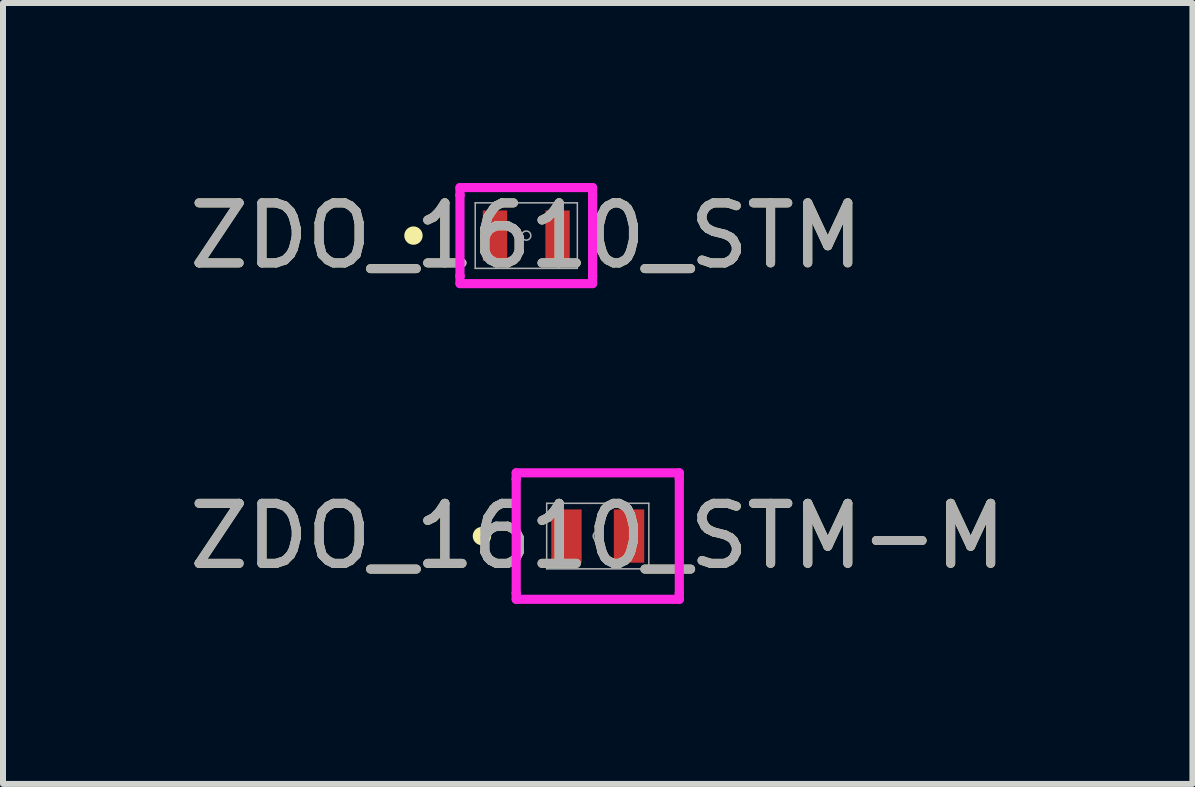
<source format=kicad_pcb>
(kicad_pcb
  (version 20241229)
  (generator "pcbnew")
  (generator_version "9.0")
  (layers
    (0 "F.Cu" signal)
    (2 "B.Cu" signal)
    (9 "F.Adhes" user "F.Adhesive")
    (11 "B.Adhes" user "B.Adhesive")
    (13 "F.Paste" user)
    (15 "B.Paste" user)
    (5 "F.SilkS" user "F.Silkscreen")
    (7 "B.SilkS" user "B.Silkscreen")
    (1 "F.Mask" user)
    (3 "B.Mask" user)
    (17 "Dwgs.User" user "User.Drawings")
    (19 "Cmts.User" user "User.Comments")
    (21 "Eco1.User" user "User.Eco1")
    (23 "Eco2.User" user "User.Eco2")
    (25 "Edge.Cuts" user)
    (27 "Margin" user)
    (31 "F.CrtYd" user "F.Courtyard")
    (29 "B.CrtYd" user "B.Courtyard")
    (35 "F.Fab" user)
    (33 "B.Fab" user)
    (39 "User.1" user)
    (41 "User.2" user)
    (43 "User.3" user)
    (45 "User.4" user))
  (footprint "ZDO_1610_STM"
    (layer "F.Cu")
    (at 5.72 0.876)
    (property "Reference" "ZDO_1610_STM" (at 0 0 0) (unlocked yes) (layer "F.SilkS") (effects (font (size 1 1) (thickness 0.15))))
    (attr smd)
    (fp_circle (center -1.88 0) (end -1.803 0) (stroke (width 0.152) (type solid)) (fill no) (layer "F.SilkS"))
    (fp_line (start -1.105 -0.8) (end 1.105 -0.8) (stroke (width 0.152) (type solid)) (layer "F.CrtYd"))
    (fp_line (start -1.105 -0.673) (end -1.105 -0.8) (stroke (width 0.152) (type solid)) (layer "F.CrtYd"))
    (fp_line (start -1.105 -0.673) (end -1.105 -0.673) (stroke (width 0.152) (type solid)) (layer "F.CrtYd"))
    (fp_line (start -1.105 0.673) (end -1.105 -0.673) (stroke (width 0.152) (type solid)) (layer "F.CrtYd"))
    (fp_line (start -1.105 0.673) (end -1.105 0.673) (stroke (width 0.152) (type solid)) (layer "F.CrtYd"))
    (fp_line (start -1.105 0.8) (end -1.105 0.673) (stroke (width 0.152) (type solid)) (layer "F.CrtYd"))
    (fp_line (start 1.105 -0.8) (end 1.105 -0.673) (stroke (width 0.152) (type solid)) (layer "F.CrtYd"))
    (fp_line (start 1.105 -0.673) (end 1.105 -0.673) (stroke (width 0.152) (type solid)) (layer "F.CrtYd"))
    (fp_line (start 1.105 -0.673) (end 1.105 0.673) (stroke (width 0.152) (type solid)) (layer "F.CrtYd"))
    (fp_line (start 1.105 0.673) (end 1.105 0.673) (stroke (width 0.152) (type solid)) (layer "F.CrtYd"))
    (fp_line (start 1.105 0.673) (end 1.105 0.8) (stroke (width 0.152) (type solid)) (layer "F.CrtYd"))
    (fp_line (start 1.105 0.8) (end -1.105 0.8) (stroke (width 0.152) (type solid)) (layer "F.CrtYd"))
    (fp_line (start -0.851 -0.546) (end -0.851 0.546) (stroke (width 0.025) (type solid)) (layer "F.Fab"))
    (fp_line (start -0.851 0.546) (end 0.851 0.546) (stroke (width 0.025) (type solid)) (layer "F.Fab"))
    (fp_line (start 0.851 -0.546) (end -0.851 -0.546) (stroke (width 0.025) (type solid)) (layer "F.Fab"))
    (fp_line (start 0.851 0.546) (end 0.851 -0.546) (stroke (width 0.025) (type solid)) (layer "F.Fab"))
    (fp_circle (center 0 0) (end 0.076 0) (stroke (width 0.025) (type solid)) (fill no) (layer "F.Fab"))
    (fp_text user "${REFERENCE}" (at 0 0 0) (unlocked yes) (layer "F.Fab") (effects (font (size 1 1) (thickness 0.15))))
    (pad "1" smd rect (at -0.521 0) (size 0.406 0.838) (layers "F.Cu" "F.Mask" "F.Paste"))
    (pad "2" smd rect (at 0.521 0) (size 0.406 0.838) (layers "F.Cu" "F.Mask" "F.Paste")))
  (footprint "ZDO_1610_STM-M"
    (layer "F.Cu")
    (at 6.911 5.883)
    (property "Reference" "ZDO_1610_STM-M" (at 0 0 0) (unlocked yes) (layer "F.SilkS") (effects (font (size 1 1) (thickness 0.15))))
    (attr smd)
    (fp_circle (center -1.93 0) (end -1.853 0) (stroke (width 0.152) (type solid)) (fill no) (layer "F.SilkS"))
    (fp_line (start -1.359 -1.054) (end 1.359 -1.054) (stroke (width 0.152) (type solid)) (layer "F.CrtYd"))
    (fp_line (start -1.359 -0.952) (end -1.359 -1.054) (stroke (width 0.152) (type solid)) (layer "F.CrtYd"))
    (fp_line (start -1.359 -0.952) (end -1.359 -0.952) (stroke (width 0.152) (type solid)) (layer "F.CrtYd"))
    (fp_line (start -1.359 0.952) (end -1.359 -0.952) (stroke (width 0.152) (type solid)) (layer "F.CrtYd"))
    (fp_line (start -1.359 0.952) (end -1.359 0.952) (stroke (width 0.152) (type solid)) (layer "F.CrtYd"))
    (fp_line (start -1.359 1.054) (end -1.359 0.952) (stroke (width 0.152) (type solid)) (layer "F.CrtYd"))
    (fp_line (start 1.359 -1.054) (end 1.359 -0.952) (stroke (width 0.152) (type solid)) (layer "F.CrtYd"))
    (fp_line (start 1.359 -0.952) (end 1.359 -0.952) (stroke (width 0.152) (type solid)) (layer "F.CrtYd"))
    (fp_line (start 1.359 -0.952) (end 1.359 0.952) (stroke (width 0.152) (type solid)) (layer "F.CrtYd"))
    (fp_line (start 1.359 0.952) (end 1.359 0.952) (stroke (width 0.152) (type solid)) (layer "F.CrtYd"))
    (fp_line (start 1.359 0.952) (end 1.359 1.054) (stroke (width 0.152) (type solid)) (layer "F.CrtYd"))
    (fp_line (start 1.359 1.054) (end -1.359 1.054) (stroke (width 0.152) (type solid)) (layer "F.CrtYd"))
    (fp_line (start -0.851 -0.546) (end -0.851 0.546) (stroke (width 0.025) (type solid)) (layer "F.Fab"))
    (fp_line (start -0.851 0.546) (end 0.851 0.546) (stroke (width 0.025) (type solid)) (layer "F.Fab"))
    (fp_line (start 0.851 -0.546) (end -0.851 -0.546) (stroke (width 0.025) (type solid)) (layer "F.Fab"))
    (fp_line (start 0.851 0.546) (end 0.851 -0.546) (stroke (width 0.025) (type solid)) (layer "F.Fab"))
    (fp_circle (center 0 0) (end 0.076 0) (stroke (width 0.025) (type solid)) (fill no) (layer "F.Fab"))
    (fp_text user "${REFERENCE}" (at 0 0 0) (unlocked yes) (layer "F.Fab") (effects (font (size 1 1) (thickness 0.15))))
    (pad "1" smd rect (at -0.521 0) (size 0.506 0.888) (layers "F.Cu" "F.Mask" "F.Paste"))
    (pad "2" smd rect (at 0.521 0) (size 0.506 0.888) (layers "F.Cu" "F.Mask" "F.Paste")))
  (gr_rect
    (start -3 -3)
    (end 16.821 10.013)
    (stroke (width 0.1) (type default))
    (fill no)
    (layer "Edge.Cuts")))
</source>
